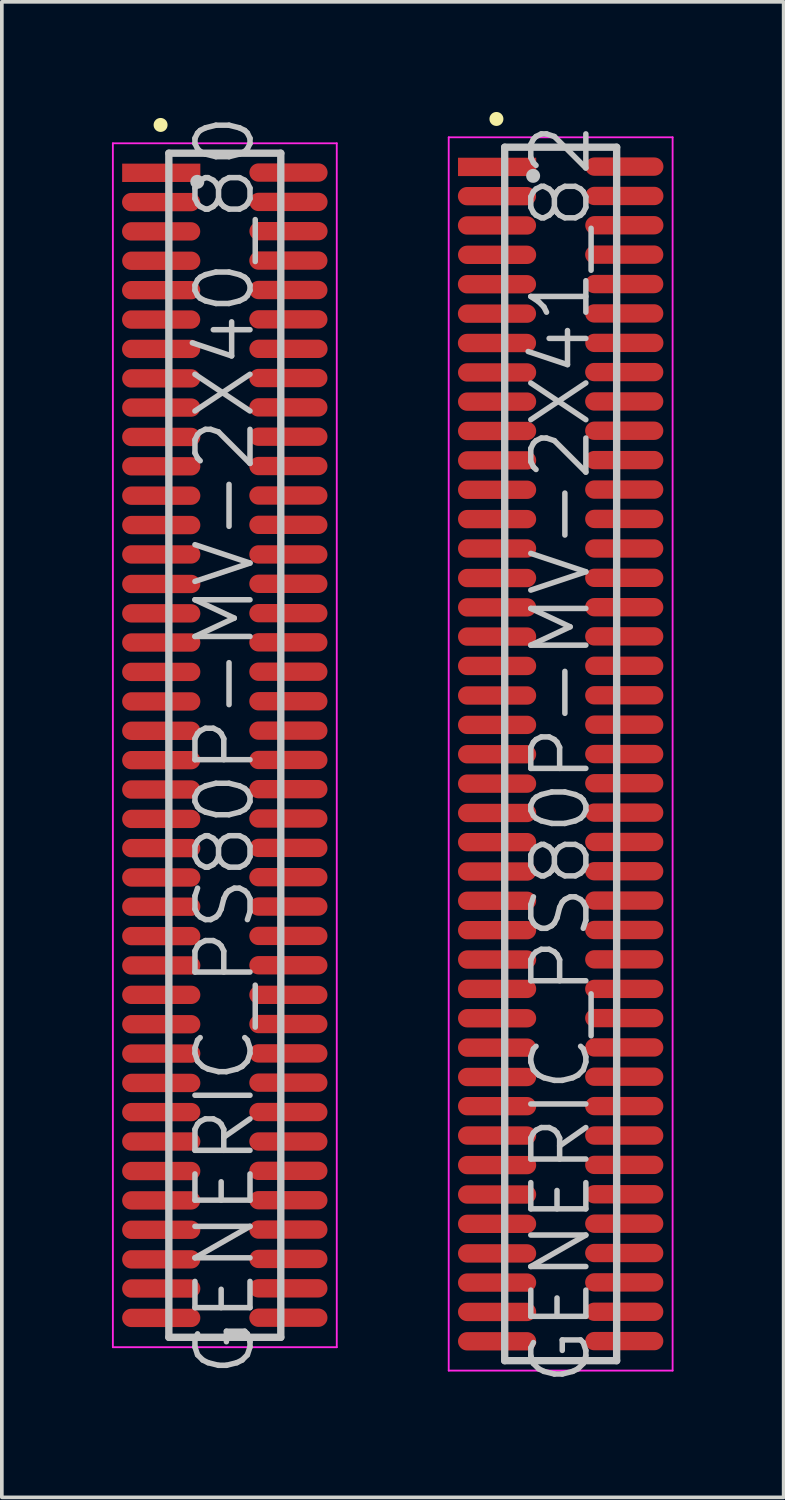
<source format=kicad_pcb>
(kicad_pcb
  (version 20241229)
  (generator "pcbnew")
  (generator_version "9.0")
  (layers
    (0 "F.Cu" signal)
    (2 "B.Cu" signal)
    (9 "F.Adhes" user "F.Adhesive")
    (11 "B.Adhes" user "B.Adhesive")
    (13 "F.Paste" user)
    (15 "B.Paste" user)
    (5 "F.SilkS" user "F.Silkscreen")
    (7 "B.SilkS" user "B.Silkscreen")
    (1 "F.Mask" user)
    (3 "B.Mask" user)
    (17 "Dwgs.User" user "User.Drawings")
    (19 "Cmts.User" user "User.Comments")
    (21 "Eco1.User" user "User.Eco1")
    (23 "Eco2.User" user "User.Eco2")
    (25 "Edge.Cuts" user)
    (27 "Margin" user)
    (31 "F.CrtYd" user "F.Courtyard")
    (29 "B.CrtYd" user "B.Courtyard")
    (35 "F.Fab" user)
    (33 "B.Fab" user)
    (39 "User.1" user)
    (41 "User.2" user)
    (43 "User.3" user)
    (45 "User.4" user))
  (footprint "GENERIC_PS80P-MV-2X40_80"
    (layer "F.Cu")
    (at 3.075 17.254)
    (property "Reference" "GENERIC_PS80P-MV-2X40_80" (at 0 0 90) (layer "Dwgs.User") (effects (font (size 1.5 1.5) (thickness 0.15))))
    (attr smd)
    (fp_line (start -1.75 -16.9) (end -1.75 -16.9) (stroke (width 0.381) (type solid)) (layer "F.SilkS"))
    (fp_line (start -1.525 -16.13) (end -1.525 16.13) (stroke (width 0.2) (type solid)) (layer "Dwgs.User"))
    (fp_line (start -1.525 -16.13) (end 1.525 -16.13) (stroke (width 0.2) (type solid)) (layer "Dwgs.User"))
    (fp_line (start -1.525 16.13) (end 1.525 16.13) (stroke (width 0.2) (type solid)) (layer "Dwgs.User"))
    (fp_line (start -0.75 -15.35) (end -0.75 -15.35) (stroke (width 0.381) (type solid)) (layer "Dwgs.User"))
    (fp_line (start 1.525 -16.13) (end 1.525 16.13) (stroke (width 0.2) (type solid)) (layer "Dwgs.User"))
    (fp_line (start -3.05 -16.4) (end -3.05 16.4) (stroke (width 0.05) (type solid)) (layer "F.CrtYd"))
    (fp_line (start -3.05 -16.4) (end 3.05 -16.4) (stroke (width 0.05) (type solid)) (layer "F.CrtYd"))
    (fp_line (start -3.05 16.4) (end 3.05 16.4) (stroke (width 0.05) (type solid)) (layer "F.CrtYd"))
    (fp_line (start 3.05 -16.4) (end 3.05 16.4) (stroke (width 0.05) (type solid)) (layer "F.CrtYd"))
    (pad "1" smd rect (at -1.732 -15.596 270) (size 0.5 2.13) (layers "F.Cu" "F.Mask" "F.Paste"))
    (pad "2" smd oval (at 1.735 -15.603 270) (size 0.5 2.13) (layers "F.Cu" "F.Mask" "F.Paste"))
    (pad "3" smd oval (at -1.735 -14.798 270) (size 0.5 2.13) (layers "F.Cu" "F.Mask" "F.Paste"))
    (pad "4" smd oval (at 1.735 -14.803 270) (size 0.5 2.13) (layers "F.Cu" "F.Mask" "F.Paste"))
    (pad "5" smd oval (at -1.735 -14 270) (size 0.5 2.13) (layers "F.Cu" "F.Mask" "F.Paste"))
    (pad "6" smd oval (at 1.735 -14.006 270) (size 0.5 2.13) (layers "F.Cu" "F.Mask" "F.Paste"))
    (pad "7" smd oval (at -1.732 -13.2 270) (size 0.5 2.13) (layers "F.Cu" "F.Mask" "F.Paste"))
    (pad "8" smd oval (at 1.732 -13.205 270) (size 0.5 2.13) (layers "F.Cu" "F.Mask" "F.Paste"))
    (pad "9" smd oval (at -1.735 -12.398 270) (size 0.5 2.13) (layers "F.Cu" "F.Mask" "F.Paste"))
    (pad "10" smd oval (at 1.732 -12.403 270) (size 0.5 2.13) (layers "F.Cu" "F.Mask" "F.Paste"))
    (pad "11" smd oval (at -1.735 -11.598 270) (size 0.5 2.13) (layers "F.Cu" "F.Mask" "F.Paste"))
    (pad "12" smd oval (at 1.732 -11.603 270) (size 0.5 2.13) (layers "F.Cu" "F.Mask" "F.Paste"))
    (pad "13" smd oval (at -1.735 -10.798 270) (size 0.5 2.13) (layers "F.Cu" "F.Mask" "F.Paste"))
    (pad "14" smd oval (at 1.735 -10.8 270) (size 0.5 2.13) (layers "F.Cu" "F.Mask" "F.Paste"))
    (pad "15" smd oval (at -1.732 -9.995 270) (size 0.5 2.13) (layers "F.Cu" "F.Mask" "F.Paste"))
    (pad "16" smd oval (at 1.732 -10.005 270) (size 0.5 2.13) (layers "F.Cu" "F.Mask" "F.Paste"))
    (pad "17" smd oval (at -1.732 -9.2 270) (size 0.5 2.13) (layers "F.Cu" "F.Mask" "F.Paste"))
    (pad "18" smd oval (at 1.732 -9.205 270) (size 0.5 2.13) (layers "F.Cu" "F.Mask" "F.Paste"))
    (pad "19" smd oval (at -1.732 -8.4 270) (size 0.5 2.13) (layers "F.Cu" "F.Mask" "F.Paste"))
    (pad "20" smd oval (at 1.732 -8.407 270) (size 0.5 2.13) (layers "F.Cu" "F.Mask" "F.Paste"))
    (pad "21" smd oval (at -1.732 -7.6 270) (size 0.5 2.13) (layers "F.Cu" "F.Mask" "F.Paste"))
    (pad "22" smd oval (at 1.732 -7.607 270) (size 0.5 2.13) (layers "F.Cu" "F.Mask" "F.Paste"))
    (pad "23" smd oval (at -1.732 -6.8 270) (size 0.5 2.13) (layers "F.Cu" "F.Mask" "F.Paste"))
    (pad "24" smd oval (at 1.732 -6.805 270) (size 0.5 2.13) (layers "F.Cu" "F.Mask" "F.Paste"))
    (pad "25" smd oval (at -1.732 -5.999 270) (size 0.5 2.13) (layers "F.Cu" "F.Mask" "F.Paste"))
    (pad "26" smd oval (at 1.732 -6.005 270) (size 0.5 2.13) (layers "F.Cu" "F.Mask" "F.Paste"))
    (pad "27" smd oval (at -1.732 -5.199 270) (size 0.5 2.13) (layers "F.Cu" "F.Mask" "F.Paste"))
    (pad "28" smd oval (at 1.732 -5.199 270) (size 0.5 2.13) (layers "F.Cu" "F.Mask" "F.Paste"))
    (pad "29" smd oval (at -1.732 -4.394 270) (size 0.5 2.13) (layers "F.Cu" "F.Mask" "F.Paste"))
    (pad "30" smd oval (at 1.732 -4.399 270) (size 0.5 2.13) (layers "F.Cu" "F.Mask" "F.Paste"))
    (pad "31" smd oval (at -1.732 -3.594 270) (size 0.5 2.13) (layers "F.Cu" "F.Mask" "F.Paste"))
    (pad "32" smd oval (at 1.732 -3.599 270) (size 0.5 2.13) (layers "F.Cu" "F.Mask" "F.Paste"))
    (pad "33" smd oval (at -1.732 -2.799 270) (size 0.5 2.13) (layers "F.Cu" "F.Mask" "F.Paste"))
    (pad "34" smd oval (at 1.732 -2.804 270) (size 0.5 2.13) (layers "F.Cu" "F.Mask" "F.Paste"))
    (pad "35" smd oval (at -1.732 -1.999 270) (size 0.5 2.13) (layers "F.Cu" "F.Mask" "F.Paste"))
    (pad "36" smd oval (at 1.732 -2.004 270) (size 0.5 2.13) (layers "F.Cu" "F.Mask" "F.Paste"))
    (pad "37" smd oval (at -1.732 -1.194 270) (size 0.5 2.13) (layers "F.Cu" "F.Mask" "F.Paste"))
    (pad "38" smd oval (at 1.732 -1.199 270) (size 0.5 2.13) (layers "F.Cu" "F.Mask" "F.Paste"))
    (pad "39" smd oval (at -1.732 -0.394 270) (size 0.5 2.13) (layers "F.Cu" "F.Mask" "F.Paste"))
    (pad "40" smd oval (at 1.732 -0.399 270) (size 0.5 2.13) (layers "F.Cu" "F.Mask" "F.Paste"))
    (pad "41" smd oval (at -1.732 0.406 270) (size 0.5 2.13) (layers "F.Cu" "F.Mask" "F.Paste"))
    (pad "42" smd oval (at 1.732 0.401 270) (size 0.5 2.13) (layers "F.Cu" "F.Mask" "F.Paste"))
    (pad "43" smd oval (at -1.732 1.206 270) (size 0.5 2.13) (layers "F.Cu" "F.Mask" "F.Paste"))
    (pad "44" smd oval (at 1.732 1.196 270) (size 0.5 2.13) (layers "F.Cu" "F.Mask" "F.Paste"))
    (pad "45" smd oval (at -1.732 2.007 270) (size 0.5 2.13) (layers "F.Cu" "F.Mask" "F.Paste"))
    (pad "46" smd oval (at 1.732 1.996 270) (size 0.5 2.13) (layers "F.Cu" "F.Mask" "F.Paste"))
    (pad "47" smd oval (at -1.732 2.802 270) (size 0.5 2.13) (layers "F.Cu" "F.Mask" "F.Paste"))
    (pad "48" smd oval (at 1.732 2.797 270) (size 0.5 2.13) (layers "F.Cu" "F.Mask" "F.Paste"))
    (pad "49" smd oval (at -1.732 3.602 270) (size 0.5 2.13) (layers "F.Cu" "F.Mask" "F.Paste"))
    (pad "50" smd oval (at 1.732 3.594 270) (size 0.5 2.13) (layers "F.Cu" "F.Mask" "F.Paste"))
    (pad "51" smd oval (at -1.732 4.399 270) (size 0.5 2.13) (layers "F.Cu" "F.Mask" "F.Paste"))
    (pad "52" smd oval (at 1.732 4.394 270) (size 0.5 2.13) (layers "F.Cu" "F.Mask" "F.Paste"))
    (pad "53" smd oval (at -1.732 5.199 270) (size 0.5 2.13) (layers "F.Cu" "F.Mask" "F.Paste"))
    (pad "54" smd oval (at 1.732 5.194 270) (size 0.5 2.13) (layers "F.Cu" "F.Mask" "F.Paste"))
    (pad "55" smd oval (at -1.732 5.999 270) (size 0.5 2.13) (layers "F.Cu" "F.Mask" "F.Paste"))
    (pad "56" smd oval (at 1.732 5.994 270) (size 0.5 2.13) (layers "F.Cu" "F.Mask" "F.Paste"))
    (pad "57" smd oval (at -1.732 6.8 270) (size 0.5 2.13) (layers "F.Cu" "F.Mask" "F.Paste"))
    (pad "58" smd oval (at 1.732 6.8 270) (size 0.5 2.13) (layers "F.Cu" "F.Mask" "F.Paste"))
    (pad "59" smd oval (at -1.732 7.6 270) (size 0.5 2.13) (layers "F.Cu" "F.Mask" "F.Paste"))
    (pad "60" smd oval (at 1.732 7.595 270) (size 0.5 2.13) (layers "F.Cu" "F.Mask" "F.Paste"))
    (pad "61" smd oval (at -1.732 8.4 270) (size 0.5 2.13) (layers "F.Cu" "F.Mask" "F.Paste"))
    (pad "62" smd oval (at 1.732 8.395 270) (size 0.5 2.13) (layers "F.Cu" "F.Mask" "F.Paste"))
    (pad "63" smd oval (at -1.732 9.2 270) (size 0.5 2.13) (layers "F.Cu" "F.Mask" "F.Paste"))
    (pad "64" smd oval (at 1.732 9.192 270) (size 0.5 2.13) (layers "F.Cu" "F.Mask" "F.Paste"))
    (pad "65" smd oval (at -1.732 9.995 270) (size 0.5 2.13) (layers "F.Cu" "F.Mask" "F.Paste"))
    (pad "66" smd oval (at 1.732 9.992 270) (size 0.5 2.13) (layers "F.Cu" "F.Mask" "F.Paste"))
    (pad "67" smd oval (at -1.732 10.795 270) (size 0.5 2.13) (layers "F.Cu" "F.Mask" "F.Paste"))
    (pad "68" smd oval (at 1.732 10.795 270) (size 0.5 2.13) (layers "F.Cu" "F.Mask" "F.Paste"))
    (pad "69" smd oval (at -1.732 11.6 270) (size 0.5 2.13) (layers "F.Cu" "F.Mask" "F.Paste"))
    (pad "70" smd oval (at 1.732 11.595 270) (size 0.5 2.13) (layers "F.Cu" "F.Mask" "F.Paste"))
    (pad "71" smd oval (at -1.732 12.4 270) (size 0.5 2.13) (layers "F.Cu" "F.Mask" "F.Paste"))
    (pad "72" smd oval (at 1.732 12.395 270) (size 0.5 2.13) (layers "F.Cu" "F.Mask" "F.Paste"))
    (pad "73" smd oval (at -1.732 13.2 270) (size 0.5 2.13) (layers "F.Cu" "F.Mask" "F.Paste"))
    (pad "74" smd oval (at 1.732 13.195 270) (size 0.5 2.13) (layers "F.Cu" "F.Mask" "F.Paste"))
    (pad "75" smd oval (at -1.732 14.006 270) (size 0.5 2.13) (layers "F.Cu" "F.Mask" "F.Paste"))
    (pad "76" smd oval (at 1.732 13.995 270) (size 0.5 2.13) (layers "F.Cu" "F.Mask" "F.Paste"))
    (pad "77" smd oval (at -1.732 14.801 270) (size 0.5 2.13) (layers "F.Cu" "F.Mask" "F.Paste"))
    (pad "78" smd oval (at 1.732 14.796 270) (size 0.5 2.13) (layers "F.Cu" "F.Mask" "F.Paste"))
    (pad "79" smd oval (at -1.732 15.601 270) (size 0.5 2.13) (layers "F.Cu" "F.Mask" "F.Paste"))
    (pad "80" smd oval (at 1.732 15.596 270) (size 0.5 2.13) (layers "F.Cu" "F.Mask" "F.Paste")))
  (footprint "GENERIC_PS80P-MV-2X41_82"
    (layer "F.Cu")
    (at 12.225 17.491)
    (property "Reference" "GENERIC_PS80P-MV-2X41_82" (at 0 0 90) (layer "Dwgs.User") (effects (font (size 1.5 1.5) (thickness 0.15))))
    (attr smd)
    (fp_line (start -1.75 -17.3) (end -1.75 -17.3) (stroke (width 0.381) (type solid)) (layer "F.SilkS"))
    (fp_line (start -1.525 -16.53) (end -1.525 16.53) (stroke (width 0.2) (type solid)) (layer "Dwgs.User"))
    (fp_line (start -1.525 -16.53) (end 1.525 -16.53) (stroke (width 0.2) (type solid)) (layer "Dwgs.User"))
    (fp_line (start -1.525 16.53) (end 1.525 16.53) (stroke (width 0.2) (type solid)) (layer "Dwgs.User"))
    (fp_line (start -0.75 -15.75) (end -0.75 -15.75) (stroke (width 0.381) (type solid)) (layer "Dwgs.User"))
    (fp_line (start 1.525 -16.53) (end 1.525 16.53) (stroke (width 0.2) (type solid)) (layer "Dwgs.User"))
    (fp_line (start -3.05 -16.8) (end -3.05 16.8) (stroke (width 0.05) (type solid)) (layer "F.CrtYd"))
    (fp_line (start -3.05 -16.8) (end 3.05 -16.8) (stroke (width 0.05) (type solid)) (layer "F.CrtYd"))
    (fp_line (start -3.05 16.8) (end 3.05 16.8) (stroke (width 0.05) (type solid)) (layer "F.CrtYd"))
    (fp_line (start 3.05 -16.8) (end 3.05 16.8) (stroke (width 0.05) (type solid)) (layer "F.CrtYd"))
    (pad "1" smd rect (at -1.732 -15.994 270) (size 0.5 2.13) (layers "F.Cu" "F.Mask" "F.Paste"))
    (pad "2" smd oval (at 1.735 -16.002 270) (size 0.5 2.13) (layers "F.Cu" "F.Mask" "F.Paste"))
    (pad "3" smd oval (at -1.735 -15.197 270) (size 0.5 2.13) (layers "F.Cu" "F.Mask" "F.Paste"))
    (pad "4" smd oval (at 1.735 -15.202 270) (size 0.5 2.13) (layers "F.Cu" "F.Mask" "F.Paste"))
    (pad "5" smd oval (at -1.735 -14.399 270) (size 0.5 2.13) (layers "F.Cu" "F.Mask" "F.Paste"))
    (pad "6" smd oval (at 1.735 -14.404 270) (size 0.5 2.13) (layers "F.Cu" "F.Mask" "F.Paste"))
    (pad "7" smd oval (at -1.732 -13.599 270) (size 0.5 2.13) (layers "F.Cu" "F.Mask" "F.Paste"))
    (pad "8" smd oval (at 1.732 -13.604 270) (size 0.5 2.13) (layers "F.Cu" "F.Mask" "F.Paste"))
    (pad "9" smd oval (at -1.735 -12.797 270) (size 0.5 2.13) (layers "F.Cu" "F.Mask" "F.Paste"))
    (pad "10" smd oval (at 1.732 -12.802 270) (size 0.5 2.13) (layers "F.Cu" "F.Mask" "F.Paste"))
    (pad "11" smd oval (at -1.735 -11.996 270) (size 0.5 2.13) (layers "F.Cu" "F.Mask" "F.Paste"))
    (pad "12" smd oval (at 1.732 -12.002 270) (size 0.5 2.13) (layers "F.Cu" "F.Mask" "F.Paste"))
    (pad "13" smd oval (at -1.735 -11.196 270) (size 0.5 2.13) (layers "F.Cu" "F.Mask" "F.Paste"))
    (pad "14" smd oval (at 1.735 -11.199 270) (size 0.5 2.13) (layers "F.Cu" "F.Mask" "F.Paste"))
    (pad "15" smd oval (at -1.732 -10.394 270) (size 0.5 2.13) (layers "F.Cu" "F.Mask" "F.Paste"))
    (pad "16" smd oval (at 1.732 -10.404 270) (size 0.5 2.13) (layers "F.Cu" "F.Mask" "F.Paste"))
    (pad "17" smd oval (at -1.732 -9.599 270) (size 0.5 2.13) (layers "F.Cu" "F.Mask" "F.Paste"))
    (pad "18" smd oval (at 1.732 -9.604 270) (size 0.5 2.13) (layers "F.Cu" "F.Mask" "F.Paste"))
    (pad "19" smd oval (at -1.732 -8.799 270) (size 0.5 2.13) (layers "F.Cu" "F.Mask" "F.Paste"))
    (pad "20" smd oval (at 1.732 -8.806 270) (size 0.5 2.13) (layers "F.Cu" "F.Mask" "F.Paste"))
    (pad "21" smd oval (at -1.732 -7.998 270) (size 0.5 2.13) (layers "F.Cu" "F.Mask" "F.Paste"))
    (pad "22" smd oval (at 1.732 -8.006 270) (size 0.5 2.13) (layers "F.Cu" "F.Mask" "F.Paste"))
    (pad "23" smd oval (at -1.732 -7.198 270) (size 0.5 2.13) (layers "F.Cu" "F.Mask" "F.Paste"))
    (pad "24" smd oval (at 1.732 -7.203 270) (size 0.5 2.13) (layers "F.Cu" "F.Mask" "F.Paste"))
    (pad "25" smd oval (at -1.732 -6.398 270) (size 0.5 2.13) (layers "F.Cu" "F.Mask" "F.Paste"))
    (pad "26" smd oval (at 1.732 -6.403 270) (size 0.5 2.13) (layers "F.Cu" "F.Mask" "F.Paste"))
    (pad "27" smd oval (at -1.732 -5.598 270) (size 0.5 2.13) (layers "F.Cu" "F.Mask" "F.Paste"))
    (pad "28" smd oval (at 1.732 -5.598 270) (size 0.5 2.13) (layers "F.Cu" "F.Mask" "F.Paste"))
    (pad "29" smd oval (at -1.732 -4.793 270) (size 0.5 2.13) (layers "F.Cu" "F.Mask" "F.Paste"))
    (pad "30" smd oval (at 1.732 -4.798 270) (size 0.5 2.13) (layers "F.Cu" "F.Mask" "F.Paste"))
    (pad "31" smd oval (at -1.732 -3.993 270) (size 0.5 2.13) (layers "F.Cu" "F.Mask" "F.Paste"))
    (pad "32" smd oval (at 1.732 -3.998 270) (size 0.5 2.13) (layers "F.Cu" "F.Mask" "F.Paste"))
    (pad "33" smd oval (at -1.732 -3.198 270) (size 0.5 2.13) (layers "F.Cu" "F.Mask" "F.Paste"))
    (pad "34" smd oval (at 1.732 -3.203 270) (size 0.5 2.13) (layers "F.Cu" "F.Mask" "F.Paste"))
    (pad "35" smd oval (at -1.732 -2.398 270) (size 0.5 2.13) (layers "F.Cu" "F.Mask" "F.Paste"))
    (pad "36" smd oval (at 1.732 -2.403 270) (size 0.5 2.13) (layers "F.Cu" "F.Mask" "F.Paste"))
    (pad "37" smd oval (at -1.732 -1.593 270) (size 0.5 2.13) (layers "F.Cu" "F.Mask" "F.Paste"))
    (pad "38" smd oval (at 1.732 -1.598 270) (size 0.5 2.13) (layers "F.Cu" "F.Mask" "F.Paste"))
    (pad "39" smd oval (at -1.732 -0.792 270) (size 0.5 2.13) (layers "F.Cu" "F.Mask" "F.Paste"))
    (pad "40" smd oval (at 1.732 -0.798 270) (size 0.5 2.13) (layers "F.Cu" "F.Mask" "F.Paste"))
    (pad "41" smd oval (at -1.732 0.008 270) (size 0.5 2.13) (layers "F.Cu" "F.Mask" "F.Paste"))
    (pad "42" smd oval (at 1.732 0.003 270) (size 0.5 2.13) (layers "F.Cu" "F.Mask" "F.Paste"))
    (pad "43" smd oval (at -1.732 0.808 270) (size 0.5 2.13) (layers "F.Cu" "F.Mask" "F.Paste"))
    (pad "44" smd oval (at 1.732 0.798 270) (size 0.5 2.13) (layers "F.Cu" "F.Mask" "F.Paste"))
    (pad "45" smd oval (at -1.732 1.608 270) (size 0.5 2.13) (layers "F.Cu" "F.Mask" "F.Paste"))
    (pad "46" smd oval (at 1.732 1.598 270) (size 0.5 2.13) (layers "F.Cu" "F.Mask" "F.Paste"))
    (pad "47" smd oval (at -1.732 2.403 270) (size 0.5 2.13) (layers "F.Cu" "F.Mask" "F.Paste"))
    (pad "48" smd oval (at 1.732 2.398 270) (size 0.5 2.13) (layers "F.Cu" "F.Mask" "F.Paste"))
    (pad "49" smd oval (at -1.732 3.203 270) (size 0.5 2.13) (layers "F.Cu" "F.Mask" "F.Paste"))
    (pad "50" smd oval (at 1.732 3.195 270) (size 0.5 2.13) (layers "F.Cu" "F.Mask" "F.Paste"))
    (pad "51" smd oval (at -1.732 4 270) (size 0.5 2.13) (layers "F.Cu" "F.Mask" "F.Paste"))
    (pad "52" smd oval (at 1.732 3.995 270) (size 0.5 2.13) (layers "F.Cu" "F.Mask" "F.Paste"))
    (pad "53" smd oval (at -1.732 4.801 270) (size 0.5 2.13) (layers "F.Cu" "F.Mask" "F.Paste"))
    (pad "54" smd oval (at 1.732 4.796 270) (size 0.5 2.13) (layers "F.Cu" "F.Mask" "F.Paste"))
    (pad "55" smd oval (at -1.732 5.601 270) (size 0.5 2.13) (layers "F.Cu" "F.Mask" "F.Paste"))
    (pad "56" smd oval (at 1.732 5.596 270) (size 0.5 2.13) (layers "F.Cu" "F.Mask" "F.Paste"))
    (pad "57" smd oval (at -1.732 6.401 270) (size 0.5 2.13) (layers "F.Cu" "F.Mask" "F.Paste"))
    (pad "58" smd oval (at 1.732 6.401 270) (size 0.5 2.13) (layers "F.Cu" "F.Mask" "F.Paste"))
    (pad "59" smd oval (at -1.732 7.201 270) (size 0.5 2.13) (layers "F.Cu" "F.Mask" "F.Paste"))
    (pad "60" smd oval (at 1.732 7.196 270) (size 0.5 2.13) (layers "F.Cu" "F.Mask" "F.Paste"))
    (pad "61" smd oval (at -1.732 8.001 270) (size 0.5 2.13) (layers "F.Cu" "F.Mask" "F.Paste"))
    (pad "62" smd oval (at 1.732 7.996 270) (size 0.5 2.13) (layers "F.Cu" "F.Mask" "F.Paste"))
    (pad "63" smd oval (at -1.732 8.801 270) (size 0.5 2.13) (layers "F.Cu" "F.Mask" "F.Paste"))
    (pad "64" smd oval (at 1.732 8.793 270) (size 0.5 2.13) (layers "F.Cu" "F.Mask" "F.Paste"))
    (pad "65" smd oval (at -1.732 9.596 270) (size 0.5 2.13) (layers "F.Cu" "F.Mask" "F.Paste"))
    (pad "66" smd oval (at 1.732 9.594 270) (size 0.5 2.13) (layers "F.Cu" "F.Mask" "F.Paste"))
    (pad "67" smd oval (at -1.732 10.396 270) (size 0.5 2.13) (layers "F.Cu" "F.Mask" "F.Paste"))
    (pad "68" smd oval (at 1.732 10.396 270) (size 0.5 2.13) (layers "F.Cu" "F.Mask" "F.Paste"))
    (pad "69" smd oval (at -1.732 11.201 270) (size 0.5 2.13) (layers "F.Cu" "F.Mask" "F.Paste"))
    (pad "70" smd oval (at 1.732 11.196 270) (size 0.5 2.13) (layers "F.Cu" "F.Mask" "F.Paste"))
    (pad "71" smd oval (at -1.732 12.002 270) (size 0.5 2.13) (layers "F.Cu" "F.Mask" "F.Paste"))
    (pad "72" smd oval (at 1.732 11.996 270) (size 0.5 2.13) (layers "F.Cu" "F.Mask" "F.Paste"))
    (pad "73" smd oval (at -1.732 12.802 270) (size 0.5 2.13) (layers "F.Cu" "F.Mask" "F.Paste"))
    (pad "74" smd oval (at 1.732 12.797 270) (size 0.5 2.13) (layers "F.Cu" "F.Mask" "F.Paste"))
    (pad "75" smd oval (at -1.732 13.607 270) (size 0.5 2.13) (layers "F.Cu" "F.Mask" "F.Paste"))
    (pad "76" smd oval (at 1.732 13.597 270) (size 0.5 2.13) (layers "F.Cu" "F.Mask" "F.Paste"))
    (pad "77" smd oval (at -1.732 14.402 270) (size 0.5 2.13) (layers "F.Cu" "F.Mask" "F.Paste"))
    (pad "78" smd oval (at 1.732 14.397 270) (size 0.5 2.13) (layers "F.Cu" "F.Mask" "F.Paste"))
    (pad "79" smd oval (at -1.732 15.202 270) (size 0.5 2.13) (layers "F.Cu" "F.Mask" "F.Paste"))
    (pad "80" smd oval (at 1.732 15.197 270) (size 0.5 2.13) (layers "F.Cu" "F.Mask" "F.Paste"))
    (pad "81" smd oval (at -1.732 16.002 270) (size 0.5 2.13) (layers "F.Cu" "F.Mask" "F.Paste"))
    (pad "82" smd oval (at 1.732 15.997 270) (size 0.5 2.13) (layers "F.Cu" "F.Mask" "F.Paste")))
  (gr_rect
    (start -3 -3)
    (end 18.3 37.744)
    (stroke (width 0.1) (type default))
    (fill no)
    (layer "Edge.Cuts")))
</source>
